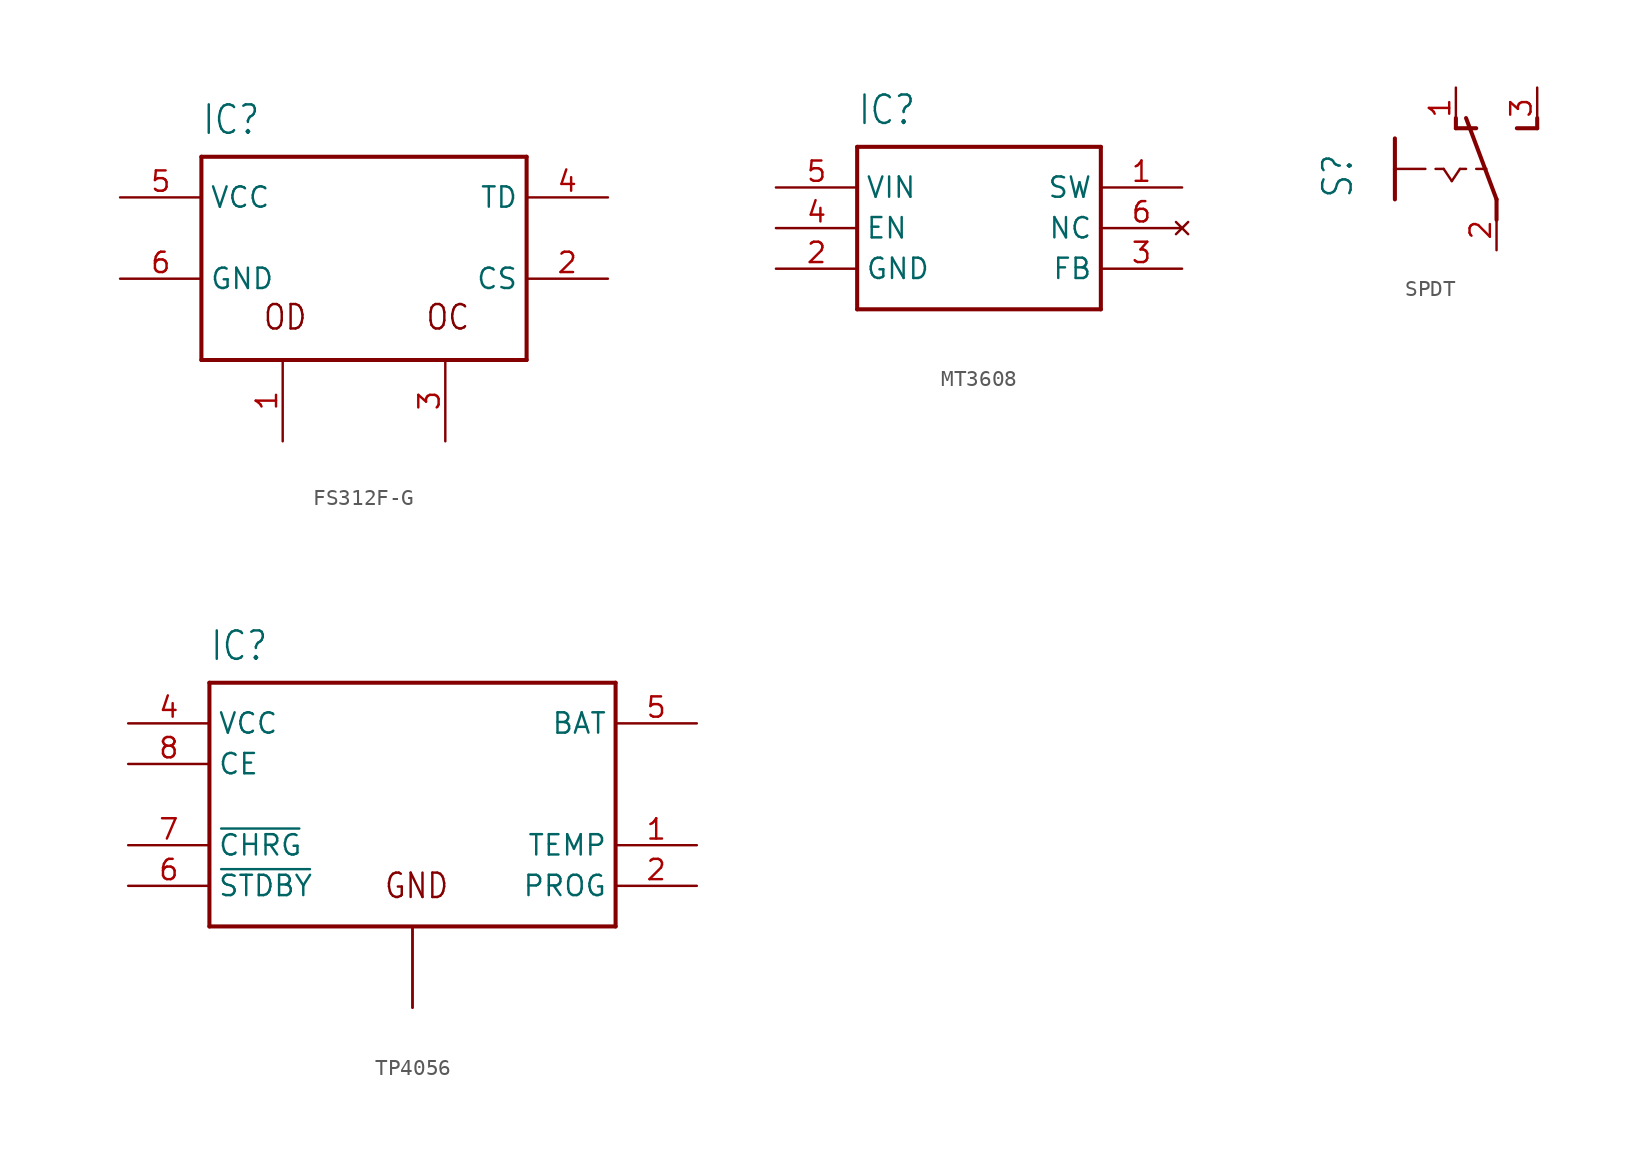
<source format=kicad_sym>
(kicad_symbol_lib
  (version 20220914)
  (generator kicad_symbol_editor)
  (symbol "FS312F-G"
    (property "Reference" "IC"
      (at -10.16 6.35 0)
      (effects (font (size 1.778 1.511)) (justify left bottom)))
    (property "Value" ""
      (at 0 8.128 0)
      (effects (font (size 1.778 1.511)) (justify left top)))
    (property "ki_locked" ""
      (at 0 0 0)
      (effects (font (size 1.27 1.27))))
    (symbol "FS312F-G_1_0"
      (polyline (pts (xy -10.16 5.08) (xy -10.16 -7.62)) (stroke (width 0.254) (type solid)) (fill (type none)))
      (polyline (pts (xy -10.16 5.08) (xy 10.16 5.08)) (stroke (width 0.254) (type solid)) (fill (type none)))
      (polyline (pts (xy 10.16 -7.62) (xy -10.16 -7.62)) (stroke (width 0.254) (type solid)) (fill (type none)))
      (polyline (pts (xy 10.16 -7.62) (xy 10.16 5.08)) (stroke (width 0.254) (type solid)) (fill (type none)))
      (text "OC" (at 3.81 -5.842 0) (effects (font (size 1.524 1.295)) (justify left bottom)))
      (text "OD" (at -6.35 -5.842 0) (effects (font (size 1.524 1.295)) (justify left bottom)))
      (pin bidirectional line (at -5.08 -12.7 90) (length 5.08) (name "OD" (effects (font (size 0 0)))) (number "1" (effects (font (size 1.27 1.27)))))
      (pin bidirectional line (at 15.24 -2.54 180) (length 5.08) (name "CS" (effects (font (size 1.27 1.27)))) (number "2" (effects (font (size 1.27 1.27)))))
      (pin bidirectional line (at 5.08 -12.7 90) (length 5.08) (name "OC" (effects (font (size 0 0)))) (number "3" (effects (font (size 1.27 1.27)))))
      (pin bidirectional line (at 15.24 2.54 180) (length 5.08) (name "TD" (effects (font (size 1.27 1.27)))) (number "4" (effects (font (size 1.27 1.27)))))
      (pin bidirectional line (at -15.24 2.54 0) (length 5.08) (name "VCC" (effects (font (size 1.27 1.27)))) (number "5" (effects (font (size 1.27 1.27)))))
      (pin bidirectional line (at -15.24 -2.54 0) (length 5.08) (name "GND" (effects (font (size 1.27 1.27)))) (number "6" (effects (font (size 1.27 1.27)))))))
  (symbol "MT3608"
    (property "Reference" "IC"
      (at -7.62 6.35 0)
      (effects (font (size 1.778 1.511)) (justify left bottom)))
    (property "Value" ""
      (at -7.62 -6.35 0)
      (effects (font (size 1.778 1.511)) (justify left top)))
    (property "ki_locked" ""
      (at 0 0 0)
      (effects (font (size 1.27 1.27))))
    (symbol "MT3608_1_0"
      (polyline (pts (xy -7.62 5.08) (xy -7.62 -5.08)) (stroke (width 0.254) (type solid)) (fill (type none)))
      (polyline (pts (xy -7.62 5.08) (xy 7.62 5.08)) (stroke (width 0.254) (type solid)) (fill (type none)))
      (polyline (pts (xy 7.62 -5.08) (xy -7.62 -5.08)) (stroke (width 0.254) (type solid)) (fill (type none)))
      (polyline (pts (xy 7.62 -5.08) (xy 7.62 5.08)) (stroke (width 0.254) (type solid)) (fill (type none)))
      (pin bidirectional line (at 12.7 2.54 180) (length 5.08) (name "SW" (effects (font (size 1.27 1.27)))) (number "1" (effects (font (size 1.27 1.27)))))
      (pin bidirectional line (at -12.7 -2.54 0) (length 5.08) (name "GND" (effects (font (size 1.27 1.27)))) (number "2" (effects (font (size 1.27 1.27)))))
      (pin bidirectional line (at 12.7 -2.54 180) (length 5.08) (name "FB" (effects (font (size 1.27 1.27)))) (number "3" (effects (font (size 1.27 1.27)))))
      (pin bidirectional line (at -12.7 0 0) (length 5.08) (name "EN" (effects (font (size 1.27 1.27)))) (number "4" (effects (font (size 1.27 1.27)))))
      (pin bidirectional line (at -12.7 2.54 0) (length 5.08) (name "VIN" (effects (font (size 1.27 1.27)))) (number "5" (effects (font (size 1.27 1.27)))))
      (pin no_connect line (at 12.7 0 180) (length 5.08) (name "NC" (effects (font (size 1.27 1.27)))) (number "6" (effects (font (size 1.27 1.27)))))))
  (symbol "SPDT"
    (property "Reference" "S"
      (at -6.35 -1.905 90)
      (effects (font (size 1.778 1.511)) (justify left bottom)))
    (property "Value" ""
      (at -3.81 3.175 90)
      (effects (font (size 1.778 1.511)) (justify left bottom)))
    (property "ki_locked" ""
      (at 0 0 0)
      (effects (font (size 1.27 1.27))))
    (symbol "SPDT_1_0"
      (polyline (pts (xy -3.81 0) (xy -3.81 -1.905)) (stroke (width 0.254) (type solid)) (fill (type none)))
      (polyline (pts (xy -3.81 0) (xy -1.905 0)) (stroke (width 0.152) (type solid)) (fill (type none)))
      (polyline (pts (xy -3.81 1.905) (xy -3.81 0)) (stroke (width 0.254) (type solid)) (fill (type none)))
      (polyline (pts (xy -1.27 0) (xy -0.762 0)) (stroke (width 0.152) (type solid)) (fill (type none)))
      (polyline (pts (xy -0.762 0) (xy -0.254 -0.762)) (stroke (width 0.152) (type solid)) (fill (type none)))
      (polyline (pts (xy -0.254 -0.762) (xy 0.254 0)) (stroke (width 0.152) (type solid)) (fill (type none)))
      (polyline (pts (xy 0 2.54) (xy 0 3.175)) (stroke (width 0.254) (type solid)) (fill (type none)))
      (polyline (pts (xy 0 2.54) (xy 1.27 2.54)) (stroke (width 0.254) (type solid)) (fill (type none)))
      (polyline (pts (xy 0.254 0) (xy 0.635 0)) (stroke (width 0.152) (type solid)) (fill (type none)))
      (polyline (pts (xy 1.27 0) (xy 1.905 0)) (stroke (width 0.152) (type solid)) (fill (type none)))
      (polyline (pts (xy 2.54 -3.175) (xy 2.54 -1.905)) (stroke (width 0.254) (type solid)) (fill (type none)))
      (polyline (pts (xy 2.54 -1.905) (xy 0.635 3.175)) (stroke (width 0.254) (type solid)) (fill (type none)))
      (polyline (pts (xy 3.81 2.54) (xy 5.08 2.54)) (stroke (width 0.254) (type solid)) (fill (type none)))
      (polyline (pts (xy 5.08 2.54) (xy 5.08 3.175)) (stroke (width 0.254) (type solid)) (fill (type none)))
      (pin passive line (at 0 5.08 270) (length 2.54) (name "1" (effects (font (size 0 0)))) (number "1" (effects (font (size 1.27 1.27)))))
      (pin passive line (at 2.54 -5.08 90) (length 2.54) (name "2" (effects (font (size 0 0)))) (number "2" (effects (font (size 1.27 1.27)))))
      (pin passive line (at 5.08 5.08 270) (length 2.54) (name "3" (effects (font (size 0 0)))) (number "3" (effects (font (size 1.27 1.27)))))))
  (symbol "TP4056"
    (property "Reference" "IC"
      (at -12.7 8.89 0)
      (effects (font (size 1.778 1.511)) (justify left bottom)))
    (property "Value" ""
      (at -12.7 -8.89 0)
      (effects (font (size 1.778 1.511)) (justify left top)))
    (property "ki_locked" ""
      (at 0 0 0)
      (effects (font (size 1.27 1.27))))
    (symbol "TP4056_1_0"
      (polyline (pts (xy -12.7 7.62) (xy -12.7 -7.62)) (stroke (width 0.254) (type solid)) (fill (type none)))
      (polyline (pts (xy -12.7 7.62) (xy 12.7 7.62)) (stroke (width 0.254) (type solid)) (fill (type none)))
      (polyline (pts (xy 12.7 -7.62) (xy -12.7 -7.62)) (stroke (width 0.254) (type solid)) (fill (type none)))
      (polyline (pts (xy 12.7 -7.62) (xy 12.7 7.62)) (stroke (width 0.254) (type solid)) (fill (type none)))
      (text "GND" (at 0.254 -5.08 0) (effects (font (size 1.524 1.295))))
      (pin bidirectional line (at 17.78 -2.54 180) (length 5.08) (name "TEMP" (effects (font (size 1.27 1.27)))) (number "1" (effects (font (size 1.27 1.27)))))
      (pin bidirectional line (at 17.78 -5.08 180) (length 5.08) (name "PROG" (effects (font (size 1.27 1.27)))) (number "2" (effects (font (size 1.27 1.27)))))
      (pin bidirectional line (at 0 -12.7 90) (length 5.08) (name "GND" (effects (font (size 0 0)))) (number "3" (effects (font (size 0 0)))))
      (pin bidirectional line (at -17.78 5.08 0) (length 5.08) (name "VCC" (effects (font (size 1.27 1.27)))) (number "4" (effects (font (size 1.27 1.27)))))
      (pin bidirectional line (at 17.78 5.08 180) (length 5.08) (name "BAT" (effects (font (size 1.27 1.27)))) (number "5" (effects (font (size 1.27 1.27)))))
      (pin bidirectional line (at -17.78 -5.08 0) (length 5.08) (name "~{STDBY}" (effects (font (size 1.27 1.27)))) (number "6" (effects (font (size 1.27 1.27)))))
      (pin bidirectional line (at -17.78 -2.54 0) (length 5.08) (name "~{CHRG}" (effects (font (size 1.27 1.27)))) (number "7" (effects (font (size 1.27 1.27)))))
      (pin bidirectional line (at -17.78 2.54 0) (length 5.08) (name "CE" (effects (font (size 1.27 1.27)))) (number "8" (effects (font (size 1.27 1.27)))))
      (pin bidirectional line (at 0 -12.7 90) (length 5.08) (name "GND" (effects (font (size 0 0)))) (number "9" (effects (font (size 0 0))))))))
</source>
